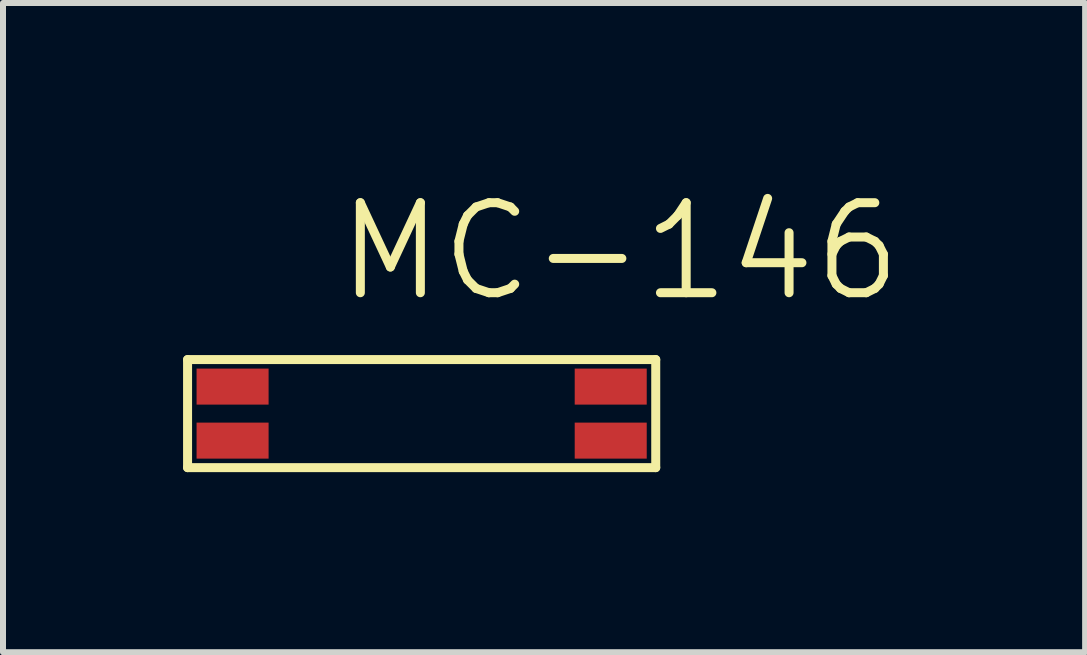
<source format=kicad_pcb>
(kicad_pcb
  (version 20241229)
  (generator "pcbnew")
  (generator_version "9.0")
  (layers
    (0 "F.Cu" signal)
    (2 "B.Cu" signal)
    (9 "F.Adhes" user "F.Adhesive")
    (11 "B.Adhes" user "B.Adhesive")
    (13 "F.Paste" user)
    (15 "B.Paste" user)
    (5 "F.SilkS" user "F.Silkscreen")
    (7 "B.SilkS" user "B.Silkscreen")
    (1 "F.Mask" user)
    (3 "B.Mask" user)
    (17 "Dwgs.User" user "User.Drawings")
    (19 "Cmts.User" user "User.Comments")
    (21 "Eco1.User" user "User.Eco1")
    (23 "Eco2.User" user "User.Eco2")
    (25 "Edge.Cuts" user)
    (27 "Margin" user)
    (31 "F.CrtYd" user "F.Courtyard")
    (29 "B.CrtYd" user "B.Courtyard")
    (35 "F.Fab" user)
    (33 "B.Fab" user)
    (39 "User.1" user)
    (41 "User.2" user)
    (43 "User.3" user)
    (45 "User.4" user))
  (footprint "MC-146"
    (layer "F.Cu")
    (at 3.975 3.841)
    (property "Reference" "MC-146" (at 3.3 -2.7 0) (layer "F.SilkS") (effects (font (size 1.5 1.5) (thickness 0.15))))
    (attr through_hole)
    (fp_line (start -3.9 -0.9) (end -3.9 0.9) (stroke (width 0.15) (type solid)) (layer "F.SilkS"))
    (fp_line (start -3.9 0.9) (end 3.9 0.9) (stroke (width 0.15) (type solid)) (layer "F.SilkS"))
    (fp_line (start 3.9 -0.9) (end -3.9 -0.9) (stroke (width 0.15) (type solid)) (layer "F.SilkS"))
    (fp_line (start 3.9 0.9) (end 3.9 -0.9) (stroke (width 0.15) (type solid)) (layer "F.SilkS"))
    (pad "1" smd rect (at -3.15 0.45) (size 1.2 0.6) (layers "F.Cu" "F.Mask" "F.Paste"))
    (pad "2" smd rect (at -3.15 -0.45) (size 1.2 0.6) (layers "F.Cu" "F.Mask" "F.Paste"))
    (pad "3" smd rect (at 3.15 -0.45) (size 1.2 0.6) (layers "F.Cu" "F.Mask" "F.Paste"))
    (pad "4" smd rect (at 3.15 0.45) (size 1.2 0.6) (layers "F.Cu" "F.Mask" "F.Paste")))
  (gr_rect
    (start -3 -3)
    (end 15.029 7.816)
    (stroke (width 0.1) (type default))
    (fill no)
    (layer "Edge.Cuts")))
</source>
